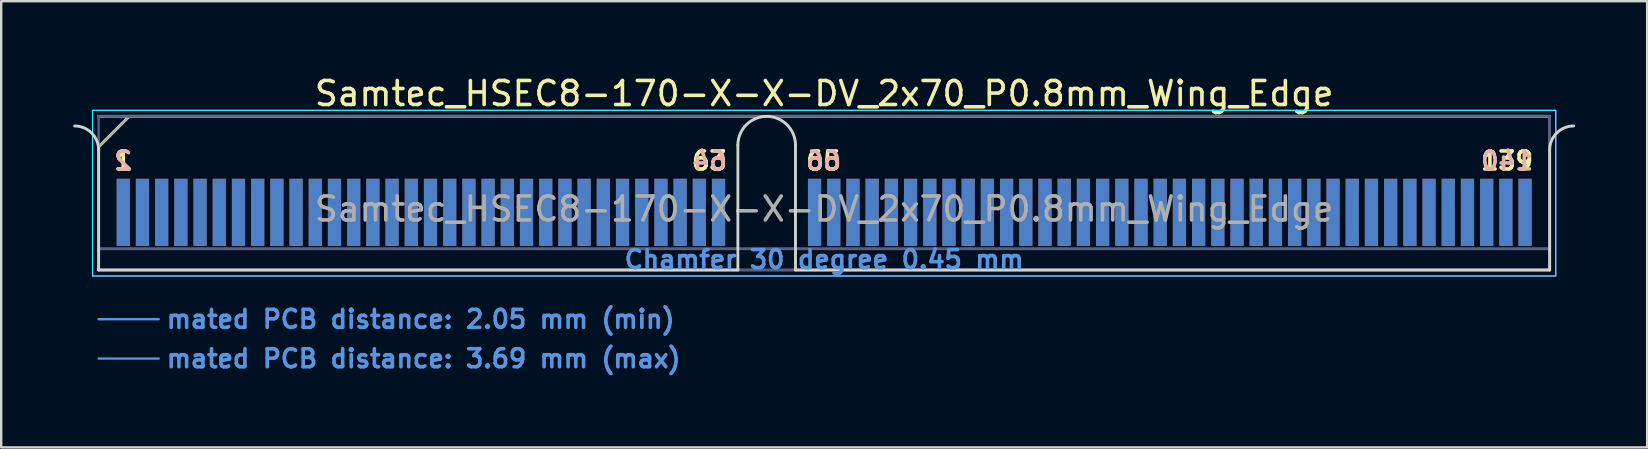
<source format=kicad_pcb>
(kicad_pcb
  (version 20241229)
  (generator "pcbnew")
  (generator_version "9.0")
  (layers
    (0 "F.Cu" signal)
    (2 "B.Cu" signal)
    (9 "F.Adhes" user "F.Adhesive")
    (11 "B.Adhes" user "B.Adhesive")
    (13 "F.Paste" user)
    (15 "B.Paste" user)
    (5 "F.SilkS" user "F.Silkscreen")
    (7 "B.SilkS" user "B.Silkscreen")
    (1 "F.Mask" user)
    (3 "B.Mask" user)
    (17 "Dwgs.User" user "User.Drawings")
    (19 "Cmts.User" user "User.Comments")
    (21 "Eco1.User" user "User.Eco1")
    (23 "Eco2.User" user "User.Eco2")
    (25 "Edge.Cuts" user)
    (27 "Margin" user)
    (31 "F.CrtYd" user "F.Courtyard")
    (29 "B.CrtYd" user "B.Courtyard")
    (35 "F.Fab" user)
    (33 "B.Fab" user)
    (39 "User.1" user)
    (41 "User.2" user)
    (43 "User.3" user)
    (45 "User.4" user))
  (footprint "Samtec_HSEC8-170-X-X-DV_2x70_P0.8mm_Wing_Edge"
    (layer "F.Cu")
    (at 31.285 8.198)
    (property "Reference" "Samtec_HSEC8-170-X-X-DV_2x70_P0.8mm_Wing_Edge" (at 0 -7.35 0) (layer "F.SilkS") (effects (font (size 1 1) (thickness 0.15))))
    (attr exclude_from_pos_files exclude_from_bom)
    (fp_line (start -30.225 -5.13) (end -28.955 -6.4) (stroke (width 0.12) (type solid)) (layer "F.SilkS"))
    (fp_line (start -28.955 -6.4) (end 30.225 -6.4) (stroke (width 0.12) (type solid)) (layer "F.SilkS"))
    (fp_line (start -30.225 -6.4) (end -30.225 -6.4) (stroke (width 0.12) (type solid)) (layer "B.SilkS"))
    (fp_line (start -30.225 -6.4) (end 30.225 -6.4) (stroke (width 0.12) (type solid)) (layer "B.SilkS"))
    (fp_line (start -30.225 2.05) (end -27.725 2.05) (stroke (width 0.1) (type solid)) (layer "Cmts.User"))
    (fp_line (start -30.225 3.69) (end -27.725 3.69) (stroke (width 0.1) (type solid)) (layer "Cmts.User"))
    (fp_line (start -30.225 -5) (end -30.225 0) (stroke (width 0.12) (type solid)) (layer "Edge.Cuts"))
    (fp_line (start -30.225 0) (end -3.595 0) (stroke (width 0.12) (type solid)) (layer "Edge.Cuts"))
    (fp_line (start -3.595 0) (end -3.595 -5.2) (stroke (width 0.12) (type solid)) (layer "Edge.Cuts"))
    (fp_line (start -1.195 -5.2) (end -1.195 0) (stroke (width 0.12) (type solid)) (layer "Edge.Cuts"))
    (fp_line (start -1.195 0) (end 30.225 0) (stroke (width 0.12) (type solid)) (layer "Edge.Cuts"))
    (fp_line (start 30.225 0) (end 30.225 -5) (stroke (width 0.12) (type solid)) (layer "Edge.Cuts"))
    (fp_arc (start -31.225 -6) (mid -30.517893 -5.707107) (end -30.225 -5) (stroke (width 0.12) (type solid)) (layer "Edge.Cuts"))
    (fp_arc (start -3.595 -5.2) (mid -2.395 -6.4) (end -1.195 -5.2) (stroke (width 0.12) (type solid)) (layer "Edge.Cuts"))
    (fp_arc (start 30.225 -5) (mid 30.517893 -5.707107) (end 31.225 -6) (stroke (width 0.12) (type solid)) (layer "Edge.Cuts"))
    (fp_rect (start -30.48 -6.65) (end 30.48 0.25) (stroke (width 0.05) (type solid)) (fill no) (layer "B.CrtYd"))
    (fp_rect (start -30.48 -6.65) (end 30.48 0.25) (stroke (width 0.05) (type solid)) (fill no) (layer "F.CrtYd"))
    (fp_line (start -30.225 -6.4) (end -30.225 -6.4) (stroke (width 0.1) (type solid)) (layer "B.Fab"))
    (fp_line (start -30.225 -6.4) (end -30.225 0) (stroke (width 0.1) (type solid)) (layer "B.Fab"))
    (fp_line (start -30.225 -6.4) (end 30.225 -6.4) (stroke (width 0.1) (type solid)) (layer "B.Fab"))
    (fp_line (start -30.225 -0.88) (end 30.225 -0.88) (stroke (width 0.1) (type solid)) (layer "B.Fab"))
    (fp_line (start -30.225 0) (end 30.225 0) (stroke (width 0.1) (type solid)) (layer "B.Fab"))
    (fp_line (start 30.225 -6.4) (end 30.225 0) (stroke (width 0.1) (type solid)) (layer "B.Fab"))
    (fp_line (start -30.225 -5.13) (end -30.225 0) (stroke (width 0.1) (type solid)) (layer "F.Fab"))
    (fp_line (start -30.225 -5.13) (end -28.955 -6.4) (stroke (width 0.1) (type solid)) (layer "F.Fab"))
    (fp_line (start -30.225 -0.88) (end 30.225 -0.88) (stroke (width 0.1) (type solid)) (layer "F.Fab"))
    (fp_line (start -30.225 0) (end 30.225 0) (stroke (width 0.1) (type solid)) (layer "F.Fab"))
    (fp_line (start -28.955 -6.4) (end 30.225 -6.4) (stroke (width 0.1) (type solid)) (layer "F.Fab"))
    (fp_line (start 30.225 -6.4) (end 30.225 0) (stroke (width 0.1) (type solid)) (layer "F.Fab"))
    (fp_text user "65" (at -0.025 -4.55 0) (layer "F.SilkS") (effects (font (size 0.75 0.75) (thickness 0.15))))
    (fp_text user "1" (at -29.2 -4.55 0) (layer "F.SilkS") (effects (font (size 0.75 0.75) (thickness 0.15))))
    (fp_text user "139" (at 28.45 -4.55 0) (layer "F.SilkS") (effects (font (size 0.75 0.75) (thickness 0.15))))
    (fp_text user "63" (at -4.775 -4.55 0) (layer "F.SilkS") (effects (font (size 0.75 0.75) (thickness 0.15))))
    (fp_text user "140" (at 28.45 -4.55 0) (layer "B.SilkS") (effects (font (size 0.75 0.75) (thickness 0.15)) (justify mirror)))
    (fp_text user "66" (at -0.025 -4.55 0) (layer "B.SilkS") (effects (font (size 0.75 0.75) (thickness 0.15)) (justify mirror)))
    (fp_text user "2" (at -29.2 -4.55 0) (layer "B.SilkS") (effects (font (size 0.75 0.75) (thickness 0.15)) (justify mirror)))
    (fp_text user "64" (at -4.775 -4.55 0) (layer "B.SilkS") (effects (font (size 0.75 0.75) (thickness 0.15)) (justify mirror)))
    (fp_text user "Chamfer 30 degree 0.45 mm" (at 0 -0.44 0) (layer "Cmts.User") (effects (font (size 0.75 0.75) (thickness 0.15))))
    (fp_text user "mated PCB distance: 3.69 mm (max)" (at -27.48 3.69 0) (layer "Cmts.User") (effects (font (size 0.75 0.75) (thickness 0.15)) (justify left)))
    (fp_text user "mated PCB distance: 2.05 mm (min)" (at -27.48 2.05 0) (layer "Cmts.User") (effects (font (size 0.75 0.75) (thickness 0.15)) (justify left)))
    (fp_text user "${REFERENCE}" (at 0 -2.54 0) (layer "F.Fab") (effects (font (size 1 1) (thickness 0.15))))
    (pad "1" connect rect (at -29.2 -2.4) (size 0.55 2.8) (layers "F.Cu" "F.Mask"))
    (pad "2" connect rect (at -29.2 -2.4) (size 0.55 2.8) (layers "B.Cu" "B.Mask"))
    (pad "3" connect rect (at -28.4 -2.4) (size 0.55 2.8) (layers "F.Cu" "F.Mask"))
    (pad "4" connect rect (at -28.4 -2.4) (size 0.55 2.8) (layers "B.Cu" "B.Mask"))
    (pad "5" connect rect (at -27.6 -2.4) (size 0.55 2.8) (layers "F.Cu" "F.Mask"))
    (pad "6" connect rect (at -27.6 -2.4) (size 0.55 2.8) (layers "B.Cu" "B.Mask"))
    (pad "7" connect rect (at -26.8 -2.4) (size 0.55 2.8) (layers "F.Cu" "F.Mask"))
    (pad "8" connect rect (at -26.8 -2.4) (size 0.55 2.8) (layers "B.Cu" "B.Mask"))
    (pad "9" connect rect (at -26 -2.4) (size 0.55 2.8) (layers "F.Cu" "F.Mask"))
    (pad "10" connect rect (at -26 -2.4) (size 0.55 2.8) (layers "B.Cu" "B.Mask"))
    (pad "11" connect rect (at -25.2 -2.4) (size 0.55 2.8) (layers "F.Cu" "F.Mask"))
    (pad "12" connect rect (at -25.2 -2.4) (size 0.55 2.8) (layers "B.Cu" "B.Mask"))
    (pad "13" connect rect (at -24.4 -2.4) (size 0.55 2.8) (layers "F.Cu" "F.Mask"))
    (pad "14" connect rect (at -24.4 -2.4) (size 0.55 2.8) (layers "B.Cu" "B.Mask"))
    (pad "15" connect rect (at -23.6 -2.4) (size 0.55 2.8) (layers "F.Cu" "F.Mask"))
    (pad "16" connect rect (at -23.6 -2.4) (size 0.55 2.8) (layers "B.Cu" "B.Mask"))
    (pad "17" connect rect (at -22.8 -2.4) (size 0.55 2.8) (layers "F.Cu" "F.Mask"))
    (pad "18" connect rect (at -22.8 -2.4) (size 0.55 2.8) (layers "B.Cu" "B.Mask"))
    (pad "19" connect rect (at -22 -2.4) (size 0.55 2.8) (layers "F.Cu" "F.Mask"))
    (pad "20" connect rect (at -22 -2.4) (size 0.55 2.8) (layers "B.Cu" "B.Mask"))
    (pad "21" connect rect (at -21.2 -2.4) (size 0.55 2.8) (layers "F.Cu" "F.Mask"))
    (pad "22" connect rect (at -21.2 -2.4) (size 0.55 2.8) (layers "B.Cu" "B.Mask"))
    (pad "23" connect rect (at -20.4 -2.4) (size 0.55 2.8) (layers "F.Cu" "F.Mask"))
    (pad "24" connect rect (at -20.4 -2.4) (size 0.55 2.8) (layers "B.Cu" "B.Mask"))
    (pad "25" connect rect (at -19.6 -2.4) (size 0.55 2.8) (layers "F.Cu" "F.Mask"))
    (pad "26" connect rect (at -19.6 -2.4) (size 0.55 2.8) (layers "B.Cu" "B.Mask"))
    (pad "27" connect rect (at -18.8 -2.4) (size 0.55 2.8) (layers "F.Cu" "F.Mask"))
    (pad "28" connect rect (at -18.8 -2.4) (size 0.55 2.8) (layers "B.Cu" "B.Mask"))
    (pad "29" connect rect (at -18 -2.4) (size 0.55 2.8) (layers "F.Cu" "F.Mask"))
    (pad "30" connect rect (at -18 -2.4) (size 0.55 2.8) (layers "B.Cu" "B.Mask"))
    (pad "31" connect rect (at -17.2 -2.4) (size 0.55 2.8) (layers "F.Cu" "F.Mask"))
    (pad "32" connect rect (at -17.2 -2.4) (size 0.55 2.8) (layers "B.Cu" "B.Mask"))
    (pad "33" connect rect (at -16.4 -2.4) (size 0.55 2.8) (layers "F.Cu" "F.Mask"))
    (pad "34" connect rect (at -16.4 -2.4) (size 0.55 2.8) (layers "B.Cu" "B.Mask"))
    (pad "35" connect rect (at -15.6 -2.4) (size 0.55 2.8) (layers "F.Cu" "F.Mask"))
    (pad "36" connect rect (at -15.6 -2.4) (size 0.55 2.8) (layers "B.Cu" "B.Mask"))
    (pad "37" connect rect (at -14.8 -2.4) (size 0.55 2.8) (layers "F.Cu" "F.Mask"))
    (pad "38" connect rect (at -14.8 -2.4) (size 0.55 2.8) (layers "B.Cu" "B.Mask"))
    (pad "39" connect rect (at -14 -2.4) (size 0.55 2.8) (layers "F.Cu" "F.Mask"))
    (pad "40" connect rect (at -14 -2.4) (size 0.55 2.8) (layers "B.Cu" "B.Mask"))
    (pad "41" connect rect (at -13.2 -2.4) (size 0.55 2.8) (layers "F.Cu" "F.Mask"))
    (pad "42" connect rect (at -13.2 -2.4) (size 0.55 2.8) (layers "B.Cu" "B.Mask"))
    (pad "43" connect rect (at -12.4 -2.4) (size 0.55 2.8) (layers "F.Cu" "F.Mask"))
    (pad "44" connect rect (at -12.4 -2.4) (size 0.55 2.8) (layers "B.Cu" "B.Mask"))
    (pad "45" connect rect (at -11.6 -2.4) (size 0.55 2.8) (layers "F.Cu" "F.Mask"))
    (pad "46" connect rect (at -11.6 -2.4) (size 0.55 2.8) (layers "B.Cu" "B.Mask"))
    (pad "47" connect rect (at -10.8 -2.4) (size 0.55 2.8) (layers "F.Cu" "F.Mask"))
    (pad "48" connect rect (at -10.8 -2.4) (size 0.55 2.8) (layers "B.Cu" "B.Mask"))
    (pad "49" connect rect (at -10 -2.4) (size 0.55 2.8) (layers "F.Cu" "F.Mask"))
    (pad "50" connect rect (at -10 -2.4) (size 0.55 2.8) (layers "B.Cu" "B.Mask"))
    (pad "51" connect rect (at -9.2 -2.4) (size 0.55 2.8) (layers "F.Cu" "F.Mask"))
    (pad "52" connect rect (at -9.2 -2.4) (size 0.55 2.8) (layers "B.Cu" "B.Mask"))
    (pad "53" connect rect (at -8.4 -2.4) (size 0.55 2.8) (layers "F.Cu" "F.Mask"))
    (pad "54" connect rect (at -8.4 -2.4) (size 0.55 2.8) (layers "B.Cu" "B.Mask"))
    (pad "55" connect rect (at -7.6 -2.4) (size 0.55 2.8) (layers "F.Cu" "F.Mask"))
    (pad "56" connect rect (at -7.6 -2.4) (size 0.55 2.8) (layers "B.Cu" "B.Mask"))
    (pad "57" connect rect (at -6.8 -2.4) (size 0.55 2.8) (layers "F.Cu" "F.Mask"))
    (pad "58" connect rect (at -6.8 -2.4) (size 0.55 2.8) (layers "B.Cu" "B.Mask"))
    (pad "59" connect rect (at -6 -2.4) (size 0.55 2.8) (layers "F.Cu" "F.Mask"))
    (pad "60" connect rect (at -6 -2.4) (size 0.55 2.8) (layers "B.Cu" "B.Mask"))
    (pad "61" connect rect (at -5.2 -2.4) (size 0.55 2.8) (layers "F.Cu" "F.Mask"))
    (pad "62" connect rect (at -5.2 -2.4) (size 0.55 2.8) (layers "B.Cu" "B.Mask"))
    (pad "63" connect rect (at -4.4 -2.4) (size 0.55 2.8) (layers "F.Cu" "F.Mask"))
    (pad "64" connect rect (at -4.4 -2.4) (size 0.55 2.8) (layers "B.Cu" "B.Mask"))
    (pad "65" connect rect (at -0.4 -2.4) (size 0.55 2.8) (layers "F.Cu" "F.Mask"))
    (pad "66" connect rect (at -0.4 -2.4) (size 0.55 2.8) (layers "B.Cu" "B.Mask"))
    (pad "67" connect rect (at 0.4 -2.4) (size 0.55 2.8) (layers "F.Cu" "F.Mask"))
    (pad "68" connect rect (at 0.4 -2.4) (size 0.55 2.8) (layers "B.Cu" "B.Mask"))
    (pad "69" connect rect (at 1.2 -2.4) (size 0.55 2.8) (layers "F.Cu" "F.Mask"))
    (pad "70" connect rect (at 1.2 -2.4) (size 0.55 2.8) (layers "B.Cu" "B.Mask"))
    (pad "71" connect rect (at 2 -2.4) (size 0.55 2.8) (layers "F.Cu" "F.Mask"))
    (pad "72" connect rect (at 2 -2.4) (size 0.55 2.8) (layers "B.Cu" "B.Mask"))
    (pad "73" connect rect (at 2.8 -2.4) (size 0.55 2.8) (layers "F.Cu" "F.Mask"))
    (pad "74" connect rect (at 2.8 -2.4) (size 0.55 2.8) (layers "B.Cu" "B.Mask"))
    (pad "75" connect rect (at 3.6 -2.4) (size 0.55 2.8) (layers "F.Cu" "F.Mask"))
    (pad "76" connect rect (at 3.6 -2.4) (size 0.55 2.8) (layers "B.Cu" "B.Mask"))
    (pad "77" connect rect (at 4.4 -2.4) (size 0.55 2.8) (layers "F.Cu" "F.Mask"))
    (pad "78" connect rect (at 4.4 -2.4) (size 0.55 2.8) (layers "B.Cu" "B.Mask"))
    (pad "79" connect rect (at 5.2 -2.4) (size 0.55 2.8) (layers "F.Cu" "F.Mask"))
    (pad "80" connect rect (at 5.2 -2.4) (size 0.55 2.8) (layers "B.Cu" "B.Mask"))
    (pad "81" connect rect (at 6 -2.4) (size 0.55 2.8) (layers "F.Cu" "F.Mask"))
    (pad "82" connect rect (at 6 -2.4) (size 0.55 2.8) (layers "B.Cu" "B.Mask"))
    (pad "83" connect rect (at 6.8 -2.4) (size 0.55 2.8) (layers "F.Cu" "F.Mask"))
    (pad "84" connect rect (at 6.8 -2.4) (size 0.55 2.8) (layers "B.Cu" "B.Mask"))
    (pad "85" connect rect (at 7.6 -2.4) (size 0.55 2.8) (layers "F.Cu" "F.Mask"))
    (pad "86" connect rect (at 7.6 -2.4) (size 0.55 2.8) (layers "B.Cu" "B.Mask"))
    (pad "87" connect rect (at 8.4 -2.4) (size 0.55 2.8) (layers "F.Cu" "F.Mask"))
    (pad "88" connect rect (at 8.4 -2.4) (size 0.55 2.8) (layers "B.Cu" "B.Mask"))
    (pad "89" connect rect (at 9.2 -2.4) (size 0.55 2.8) (layers "F.Cu" "F.Mask"))
    (pad "90" connect rect (at 9.2 -2.4) (size 0.55 2.8) (layers "B.Cu" "B.Mask"))
    (pad "91" connect rect (at 10 -2.4) (size 0.55 2.8) (layers "F.Cu" "F.Mask"))
    (pad "92" connect rect (at 10 -2.4) (size 0.55 2.8) (layers "B.Cu" "B.Mask"))
    (pad "93" connect rect (at 10.8 -2.4) (size 0.55 2.8) (layers "F.Cu" "F.Mask"))
    (pad "94" connect rect (at 10.8 -2.4) (size 0.55 2.8) (layers "B.Cu" "B.Mask"))
    (pad "95" connect rect (at 11.6 -2.4) (size 0.55 2.8) (layers "F.Cu" "F.Mask"))
    (pad "96" connect rect (at 11.6 -2.4) (size 0.55 2.8) (layers "B.Cu" "B.Mask"))
    (pad "97" connect rect (at 12.4 -2.4) (size 0.55 2.8) (layers "F.Cu" "F.Mask"))
    (pad "98" connect rect (at 12.4 -2.4) (size 0.55 2.8) (layers "B.Cu" "B.Mask"))
    (pad "99" connect rect (at 13.2 -2.4) (size 0.55 2.8) (layers "F.Cu" "F.Mask"))
    (pad "100" connect rect (at 13.2 -2.4) (size 0.55 2.8) (layers "B.Cu" "B.Mask"))
    (pad "101" connect rect (at 14 -2.4) (size 0.55 2.8) (layers "F.Cu" "F.Mask"))
    (pad "102" connect rect (at 14 -2.4) (size 0.55 2.8) (layers "B.Cu" "B.Mask"))
    (pad "103" connect rect (at 14.8 -2.4) (size 0.55 2.8) (layers "F.Cu" "F.Mask"))
    (pad "104" connect rect (at 14.8 -2.4) (size 0.55 2.8) (layers "B.Cu" "B.Mask"))
    (pad "105" connect rect (at 15.6 -2.4) (size 0.55 2.8) (layers "F.Cu" "F.Mask"))
    (pad "106" connect rect (at 15.6 -2.4) (size 0.55 2.8) (layers "B.Cu" "B.Mask"))
    (pad "107" connect rect (at 16.4 -2.4) (size 0.55 2.8) (layers "F.Cu" "F.Mask"))
    (pad "108" connect rect (at 16.4 -2.4) (size 0.55 2.8) (layers "B.Cu" "B.Mask"))
    (pad "109" connect rect (at 17.2 -2.4) (size 0.55 2.8) (layers "F.Cu" "F.Mask"))
    (pad "110" connect rect (at 17.2 -2.4) (size 0.55 2.8) (layers "B.Cu" "B.Mask"))
    (pad "111" connect rect (at 18 -2.4) (size 0.55 2.8) (layers "F.Cu" "F.Mask"))
    (pad "112" connect rect (at 18 -2.4) (size 0.55 2.8) (layers "B.Cu" "B.Mask"))
    (pad "113" connect rect (at 18.8 -2.4) (size 0.55 2.8) (layers "F.Cu" "F.Mask"))
    (pad "114" connect rect (at 18.8 -2.4) (size 0.55 2.8) (layers "B.Cu" "B.Mask"))
    (pad "115" connect rect (at 19.6 -2.4) (size 0.55 2.8) (layers "F.Cu" "F.Mask"))
    (pad "116" connect rect (at 19.6 -2.4) (size 0.55 2.8) (layers "B.Cu" "B.Mask"))
    (pad "117" connect rect (at 20.4 -2.4) (size 0.55 2.8) (layers "F.Cu" "F.Mask"))
    (pad "118" connect rect (at 20.4 -2.4) (size 0.55 2.8) (layers "B.Cu" "B.Mask"))
    (pad "119" connect rect (at 21.2 -2.4) (size 0.55 2.8) (layers "F.Cu" "F.Mask"))
    (pad "120" connect rect (at 21.2 -2.4) (size 0.55 2.8) (layers "B.Cu" "B.Mask"))
    (pad "121" connect rect (at 22 -2.4) (size 0.55 2.8) (layers "F.Cu" "F.Mask"))
    (pad "122" connect rect (at 22 -2.4) (size 0.55 2.8) (layers "B.Cu" "B.Mask"))
    (pad "123" connect rect (at 22.8 -2.4) (size 0.55 2.8) (layers "F.Cu" "F.Mask"))
    (pad "124" connect rect (at 22.8 -2.4) (size 0.55 2.8) (layers "B.Cu" "B.Mask"))
    (pad "125" connect rect (at 23.6 -2.4) (size 0.55 2.8) (layers "F.Cu" "F.Mask"))
    (pad "126" connect rect (at 23.6 -2.4) (size 0.55 2.8) (layers "B.Cu" "B.Mask"))
    (pad "127" connect rect (at 24.4 -2.4) (size 0.55 2.8) (layers "F.Cu" "F.Mask"))
    (pad "128" connect rect (at 24.4 -2.4) (size 0.55 2.8) (layers "B.Cu" "B.Mask"))
    (pad "129" connect rect (at 25.2 -2.4) (size 0.55 2.8) (layers "F.Cu" "F.Mask"))
    (pad "130" connect rect (at 25.2 -2.4) (size 0.55 2.8) (layers "B.Cu" "B.Mask"))
    (pad "131" connect rect (at 26 -2.4) (size 0.55 2.8) (layers "F.Cu" "F.Mask"))
    (pad "132" connect rect (at 26 -2.4) (size 0.55 2.8) (layers "B.Cu" "B.Mask"))
    (pad "133" connect rect (at 26.8 -2.4) (size 0.55 2.8) (layers "F.Cu" "F.Mask"))
    (pad "134" connect rect (at 26.8 -2.4) (size 0.55 2.8) (layers "B.Cu" "B.Mask"))
    (pad "135" connect rect (at 27.6 -2.4) (size 0.55 2.8) (layers "F.Cu" "F.Mask"))
    (pad "136" connect rect (at 27.6 -2.4) (size 0.55 2.8) (layers "B.Cu" "B.Mask"))
    (pad "137" connect rect (at 28.4 -2.4) (size 0.55 2.8) (layers "F.Cu" "F.Mask"))
    (pad "138" connect rect (at 28.4 -2.4) (size 0.55 2.8) (layers "B.Cu" "B.Mask"))
    (pad "139" connect rect (at 29.2 -2.4) (size 0.55 2.8) (layers "F.Cu" "F.Mask"))
    (pad "140" connect rect (at 29.2 -2.4) (size 0.55 2.8) (layers "B.Cu" "B.Mask")))
  (gr_rect
    (start -3 -3)
    (end 65.57 15.59)
    (stroke (width 0.1) (type default))
    (fill no)
    (layer "Edge.Cuts")))
</source>
